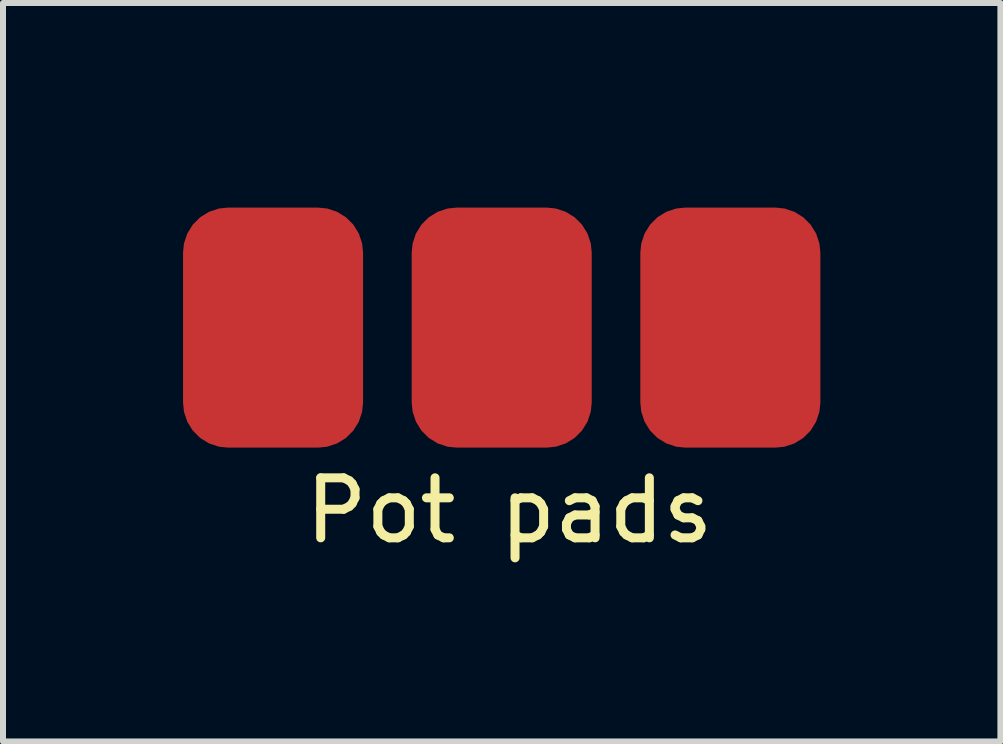
<source format=kicad_pcb>
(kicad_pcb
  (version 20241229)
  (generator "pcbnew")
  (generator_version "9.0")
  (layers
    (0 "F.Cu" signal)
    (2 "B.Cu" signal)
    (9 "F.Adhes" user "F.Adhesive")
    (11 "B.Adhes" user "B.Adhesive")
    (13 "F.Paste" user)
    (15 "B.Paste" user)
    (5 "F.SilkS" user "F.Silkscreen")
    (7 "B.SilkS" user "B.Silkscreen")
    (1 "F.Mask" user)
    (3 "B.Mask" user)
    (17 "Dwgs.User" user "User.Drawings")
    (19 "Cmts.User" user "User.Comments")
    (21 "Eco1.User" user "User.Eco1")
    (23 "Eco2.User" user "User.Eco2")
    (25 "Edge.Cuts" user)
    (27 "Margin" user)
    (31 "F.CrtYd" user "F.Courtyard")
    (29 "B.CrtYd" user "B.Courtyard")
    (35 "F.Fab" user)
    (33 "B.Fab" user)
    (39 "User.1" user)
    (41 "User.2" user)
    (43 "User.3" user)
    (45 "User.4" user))
  (footprint "Pot pads"
    (layer "F.Cu")
    (at 5.183 0.25)
    (property "Reference" "Pot pads" (at 0.254 5.207 0) (layer "F.SilkS") (effects (font (size 1 1) (thickness 0.15))))
    (attr through_hole)
    (pad "1" connect roundrect (at -3.683 2.159) (size 3 4) (layers "F.Cu" "F.Mask") (roundrect_rratio 0.25))
    (pad "2" connect roundrect (at 0.127 2.159) (size 3 4) (layers "F.Cu" "F.Mask") (roundrect_rratio 0.25))
    (pad "3" connect roundrect (at 3.937 2.159) (size 3 4) (layers "F.Cu" "F.Mask") (roundrect_rratio 0.25)))
  (gr_rect
    (start -3 -3)
    (end 13.62 9.305)
    (stroke (width 0.1) (type default))
    (fill no)
    (layer "Edge.Cuts")))
</source>
